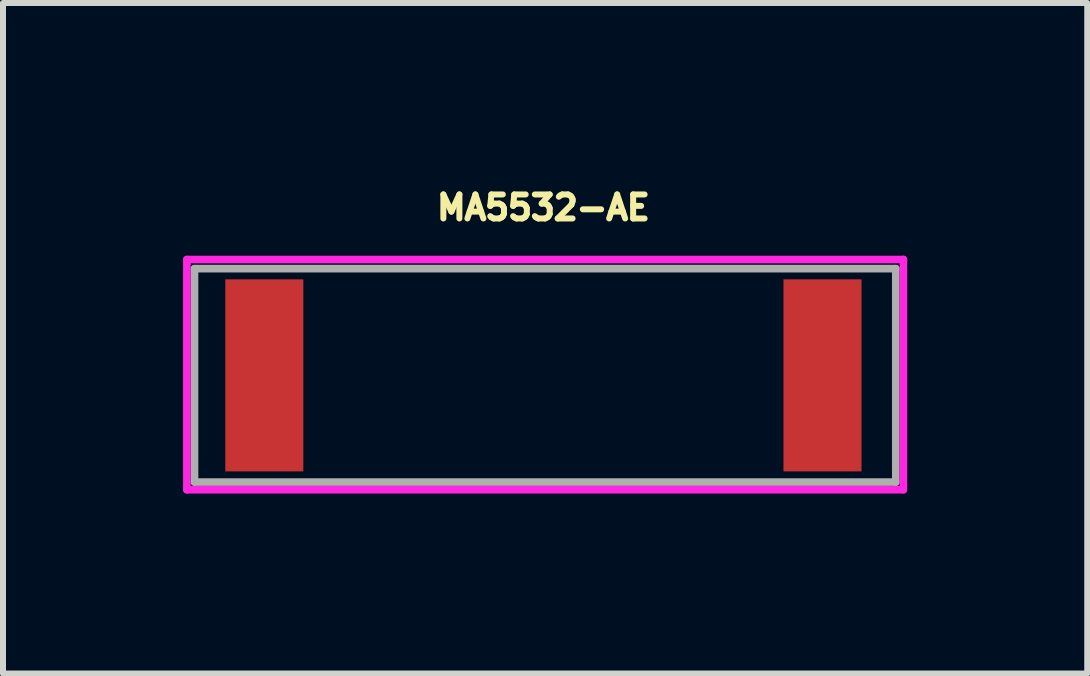
<source format=kicad_pcb>
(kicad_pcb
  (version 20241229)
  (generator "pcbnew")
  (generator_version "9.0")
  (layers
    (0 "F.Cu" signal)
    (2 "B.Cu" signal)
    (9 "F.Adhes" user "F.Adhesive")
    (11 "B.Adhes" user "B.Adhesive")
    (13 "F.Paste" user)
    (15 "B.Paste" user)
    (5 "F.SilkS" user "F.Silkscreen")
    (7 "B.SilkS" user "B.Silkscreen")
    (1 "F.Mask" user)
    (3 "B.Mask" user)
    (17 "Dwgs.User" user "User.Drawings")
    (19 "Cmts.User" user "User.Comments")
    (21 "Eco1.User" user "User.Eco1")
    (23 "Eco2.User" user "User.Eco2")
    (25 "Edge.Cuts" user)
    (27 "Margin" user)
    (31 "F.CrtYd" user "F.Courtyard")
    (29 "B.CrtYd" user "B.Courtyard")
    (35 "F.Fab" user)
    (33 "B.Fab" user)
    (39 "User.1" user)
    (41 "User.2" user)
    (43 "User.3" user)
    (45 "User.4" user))
  (footprint "MA5532-AE"
    (layer "F.Cu")
    (at 6.004 3.204)
    (property "Reference" "MA5532-AE" (at 0 -2.794 0) (layer "F.SilkS") (effects (font (size 0.4 0.4) (thickness 0.15))))
    (attr smd)
    (fp_line (start -5.94 -1.93) (end -5.94 1.905) (stroke (width 0.127) (type solid)) (layer "F.CrtYd"))
    (fp_line (start -5.94 1.905) (end 5.998 1.905) (stroke (width 0.127) (type solid)) (layer "F.CrtYd"))
    (fp_line (start 5.998 -1.93) (end -5.94 -1.93) (stroke (width 0.127) (type solid)) (layer "F.CrtYd"))
    (fp_line (start 5.998 1.905) (end 5.998 -1.93) (stroke (width 0.127) (type solid)) (layer "F.CrtYd"))
    (fp_line (start -5.813 -1.778) (end -5.813 1.778) (stroke (width 0.127) (type solid)) (layer "F.Fab"))
    (fp_line (start -5.813 1.778) (end 5.871 1.778) (stroke (width 0.127) (type solid)) (layer "F.Fab"))
    (fp_line (start 5.871 -1.778) (end -5.813 -1.778) (stroke (width 0.127) (type solid)) (layer "F.Fab"))
    (fp_line (start 5.871 1.778) (end 5.871 -1.778) (stroke (width 0.127) (type solid)) (layer "F.Fab"))
    (pad "1" smd rect (at -4.65 0 180) (size 1.3 3.2) (layers "F.Cu" "F.Mask" "F.Paste"))
    (pad "2" smd rect (at 4.65 0 180) (size 1.3 3.2) (layers "F.Cu" "F.Mask" "F.Paste")))
  (gr_rect
    (start -3 -3)
    (end 15.065 8.172)
    (stroke (width 0.1) (type default))
    (fill no)
    (layer "Edge.Cuts")))
</source>
